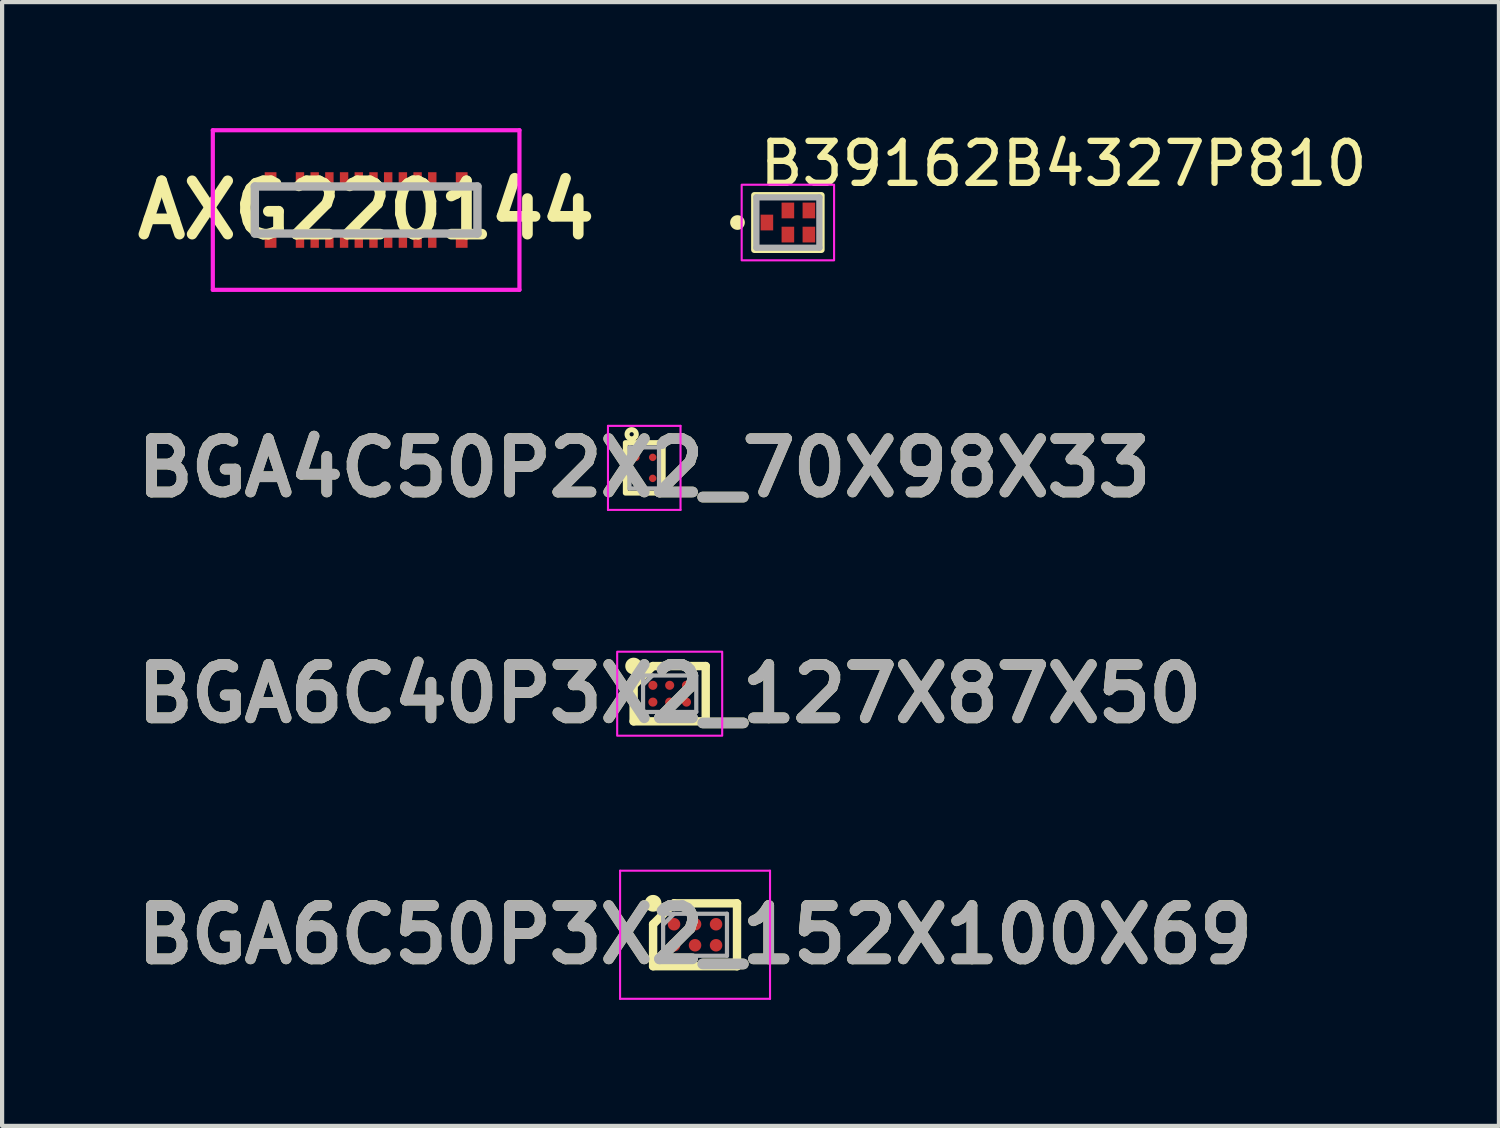
<source format=kicad_pcb>
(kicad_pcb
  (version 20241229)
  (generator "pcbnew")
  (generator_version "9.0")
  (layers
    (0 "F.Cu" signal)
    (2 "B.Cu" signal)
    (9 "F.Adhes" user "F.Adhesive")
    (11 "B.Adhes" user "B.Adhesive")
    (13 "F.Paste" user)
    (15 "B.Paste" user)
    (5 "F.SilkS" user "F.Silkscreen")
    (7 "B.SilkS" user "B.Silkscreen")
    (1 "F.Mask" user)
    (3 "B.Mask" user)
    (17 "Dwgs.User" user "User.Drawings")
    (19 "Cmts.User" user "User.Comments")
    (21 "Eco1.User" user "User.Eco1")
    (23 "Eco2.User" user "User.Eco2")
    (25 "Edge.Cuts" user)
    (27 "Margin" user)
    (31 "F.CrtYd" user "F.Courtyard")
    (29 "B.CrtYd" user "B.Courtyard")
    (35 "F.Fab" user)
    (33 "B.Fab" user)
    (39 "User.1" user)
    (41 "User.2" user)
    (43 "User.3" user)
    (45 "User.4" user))
  (footprint "BGA6C40P3X2_127X87X50"
    (layer "F.Cu")
    (at 12.894 13.466)
    (property "Reference" "BGA6C40P3X2_127X87X50" (at 0 0 0) (layer "F.SilkS") (effects (font (size 1.27 1.27) (thickness 0.254))))
    (attr smd)
    (fp_line (start -0.858 -0.2) (end -0.4 -0.658) (stroke (width 0.2) (type solid)) (layer "F.SilkS"))
    (fp_line (start -0.858 0.658) (end -0.858 -0.2) (stroke (width 0.2) (type solid)) (layer "F.SilkS"))
    (fp_line (start -0.4 -0.658) (end 0.858 -0.658) (stroke (width 0.2) (type solid)) (layer "F.SilkS"))
    (fp_line (start 0.858 -0.658) (end 0.858 0.658) (stroke (width 0.2) (type solid)) (layer "F.SilkS"))
    (fp_line (start 0.858 0.658) (end -0.858 0.658) (stroke (width 0.2) (type solid)) (layer "F.SilkS"))
    (fp_circle (center -0.858 -0.658) (end -0.858 -0.558) (stroke (width 0.2) (type solid)) (fill no) (layer "F.SilkS"))
    (fp_rect (start -1.25 -1) (end 1.25 1) (stroke (width 0.05) (type default)) (fill no) (layer "F.CrtYd"))
    (fp_line (start -0.634 -0.434) (end 0.633 -0.434) (stroke (width 0.1) (type solid)) (layer "F.Fab"))
    (fp_line (start -0.634 -0.211) (end -0.411 -0.434) (stroke (width 0.1) (type solid)) (layer "F.Fab"))
    (fp_line (start -0.634 0.434) (end -0.634 -0.434) (stroke (width 0.1) (type solid)) (layer "F.Fab"))
    (fp_line (start 0.633 -0.434) (end 0.633 0.434) (stroke (width 0.1) (type solid)) (layer "F.Fab"))
    (fp_line (start 0.633 0.434) (end -0.634 0.434) (stroke (width 0.1) (type solid)) (layer "F.Fab"))
    (fp_text user "${REFERENCE}" (at 0 0 0) (layer "F.Fab") (effects (font (size 1.27 1.27) (thickness 0.254))))
    (pad "A1" smd circle (at -0.4 -0.2 90) (size 0.216 0.216) (layers "F.Cu" "F.Mask" "F.Paste"))
    (pad "A2" smd circle (at 0 -0.2 90) (size 0.216 0.216) (layers "F.Cu" "F.Mask" "F.Paste"))
    (pad "A3" smd circle (at 0.4 -0.2 90) (size 0.216 0.216) (layers "F.Cu" "F.Mask" "F.Paste"))
    (pad "B1" smd circle (at -0.4 0.2 90) (size 0.216 0.216) (layers "F.Cu" "F.Mask" "F.Paste"))
    (pad "B2" smd circle (at 0 0.2 90) (size 0.216 0.216) (layers "F.Cu" "F.Mask" "F.Paste"))
    (pad "B3" smd circle (at 0.4 0.2 90) (size 0.216 0.216) (layers "F.Cu" "F.Mask" "F.Paste")))
  (footprint "B39162B4327P810"
    (layer "F.Cu")
    (at 15.708 2.248)
    (property "Reference" "B39162B4327P810" (at -0.75 -1.4 0) (layer "F.SilkS") (effects (font (size 1 1) (thickness 0.15)) (justify left)))
    (attr through_hole)
    (fp_rect (start -0.8 -0.65) (end 0.8 0.65) (stroke (width 0.15) (type solid)) (fill no) (layer "F.SilkS"))
    (fp_circle (center -1.2 0) (end -1.075 0) (stroke (width 0.1) (type solid)) (fill yes) (layer "F.SilkS"))
    (fp_rect (start 1.1 -0.9) (end -1.1 0.9) (stroke (width 0.05) (type default)) (fill no) (layer "F.CrtYd"))
    (fp_line (start -0.75 -0.6) (end 0.75 -0.6) (stroke (width 0.15) (type solid)) (layer "F.Fab"))
    (fp_line (start -0.75 0.6) (end -0.75 -0.6) (stroke (width 0.15) (type solid)) (layer "F.Fab"))
    (fp_line (start 0.75 -0.6) (end 0.75 0.6) (stroke (width 0.15) (type solid)) (layer "F.Fab"))
    (fp_line (start 0.75 0.6) (end -0.75 0.6) (stroke (width 0.15) (type solid)) (layer "F.Fab"))
    (pad "1" smd rect (at -0.5 0) (size 0.3 0.375) (layers "F.Cu" "F.Mask" "F.Paste"))
    (pad "2" smd rect (at 0 0.287) (size 0.3 0.375) (layers "F.Cu" "F.Mask" "F.Paste"))
    (pad "3" smd rect (at 0.5 0.287) (size 0.3 0.375) (layers "F.Cu" "F.Mask" "F.Paste"))
    (pad "4" smd rect (at 0.5 -0.287) (size 0.3 0.375) (layers "F.Cu" "F.Mask" "F.Paste"))
    (pad "5" smd rect (at 0 -0.287) (size 0.3 0.375) (layers "F.Cu" "F.Mask" "F.Paste")))
  (footprint "AXG220144"
    (layer "F.Cu")
    (at 5.667 1.95)
    (property "Reference" "AXG220144" (at 0 0 0) (layer "F.SilkS") (effects (font (size 1.27 1.27) (thickness 0.254))))
    (attr smd)
    (fp_line (start -2.65 -0.56) (end -2.65 0.56) (stroke (width 0.1) (type solid)) (layer "F.SilkS"))
    (fp_line (start 2.65 -0.56) (end 2.65 0.56) (stroke (width 0.1) (type solid)) (layer "F.SilkS"))
    (fp_line (start -3.65 -1.9) (end 3.65 -1.9) (stroke (width 0.1) (type solid)) (layer "F.CrtYd"))
    (fp_line (start -3.65 1.9) (end -3.65 -1.9) (stroke (width 0.1) (type solid)) (layer "F.CrtYd"))
    (fp_line (start 3.65 -1.9) (end 3.65 1.9) (stroke (width 0.1) (type solid)) (layer "F.CrtYd"))
    (fp_line (start 3.65 1.9) (end -3.65 1.9) (stroke (width 0.1) (type solid)) (layer "F.CrtYd"))
    (fp_line (start -2.65 -0.56) (end 2.65 -0.56) (stroke (width 0.2) (type solid)) (layer "F.Fab"))
    (fp_line (start -2.65 0.56) (end -2.65 -0.56) (stroke (width 0.2) (type solid)) (layer "F.Fab"))
    (fp_line (start 2.65 -0.56) (end 2.65 0.56) (stroke (width 0.2) (type solid)) (layer "F.Fab"))
    (fp_line (start 2.65 0.56) (end -2.65 0.56) (stroke (width 0.2) (type solid)) (layer "F.Fab"))
    (pad "1" smd rect (at -1.575 0.7) (size 0.2 0.4) (layers "F.Cu" "F.Mask" "F.Paste"))
    (pad "2" smd rect (at -1.575 -0.7) (size 0.2 0.4) (layers "F.Cu" "F.Mask" "F.Paste"))
    (pad "3" smd rect (at -1.225 0.7) (size 0.2 0.4) (layers "F.Cu" "F.Mask" "F.Paste"))
    (pad "4" smd rect (at -1.225 -0.7) (size 0.2 0.4) (layers "F.Cu" "F.Mask" "F.Paste"))
    (pad "5" smd rect (at -0.875 0.7) (size 0.2 0.4) (layers "F.Cu" "F.Mask" "F.Paste"))
    (pad "6" smd rect (at -0.875 -0.7) (size 0.2 0.4) (layers "F.Cu" "F.Mask" "F.Paste"))
    (pad "7" smd rect (at -0.525 0.7) (size 0.2 0.4) (layers "F.Cu" "F.Mask" "F.Paste"))
    (pad "8" smd rect (at -0.525 -0.7) (size 0.2 0.4) (layers "F.Cu" "F.Mask" "F.Paste"))
    (pad "9" smd rect (at -0.175 0.7) (size 0.2 0.4) (layers "F.Cu" "F.Mask" "F.Paste"))
    (pad "10" smd rect (at -0.175 -0.7) (size 0.2 0.4) (layers "F.Cu" "F.Mask" "F.Paste"))
    (pad "11" smd rect (at 0.175 0.7) (size 0.2 0.4) (layers "F.Cu" "F.Mask" "F.Paste"))
    (pad "12" smd rect (at 0.175 -0.7) (size 0.2 0.4) (layers "F.Cu" "F.Mask" "F.Paste"))
    (pad "13" smd rect (at 0.525 0.7) (size 0.2 0.4) (layers "F.Cu" "F.Mask" "F.Paste"))
    (pad "14" smd rect (at 0.525 -0.7) (size 0.2 0.4) (layers "F.Cu" "F.Mask" "F.Paste"))
    (pad "15" smd rect (at 0.875 0.7) (size 0.2 0.4) (layers "F.Cu" "F.Mask" "F.Paste"))
    (pad "16" smd rect (at 0.875 -0.7) (size 0.2 0.4) (layers "F.Cu" "F.Mask" "F.Paste"))
    (pad "17" smd rect (at 1.225 0.7) (size 0.2 0.4) (layers "F.Cu" "F.Mask" "F.Paste"))
    (pad "18" smd rect (at 1.225 -0.7) (size 0.2 0.4) (layers "F.Cu" "F.Mask" "F.Paste"))
    (pad "19" smd rect (at 1.575 0.7) (size 0.2 0.4) (layers "F.Cu" "F.Mask" "F.Paste"))
    (pad "20" smd rect (at 1.575 -0.7) (size 0.2 0.4) (layers "F.Cu" "F.Mask" "F.Paste"))
    (pad "MP1" smd rect (at -2.275 -0.7) (size 0.28 0.4) (layers "F.Cu" "F.Mask" "F.Paste"))
    (pad "MP2" smd rect (at -2.275 0.7) (size 0.28 0.4) (layers "F.Cu" "F.Mask" "F.Paste"))
    (pad "MP3" smd rect (at 2.275 0.7) (size 0.28 0.4) (layers "F.Cu" "F.Mask" "F.Paste"))
    (pad "MP4" smd rect (at 2.275 -0.7) (size 0.28 0.4) (layers "F.Cu" "F.Mask" "F.Paste")))
  (footprint "BGA6C50P3X2_152X100X69"
    (layer "F.Cu")
    (at 13.498 19.205)
    (property "Reference" "BGA6C50P3X2_152X100X69" (at 0 0 0) (layer "F.SilkS") (effects (font (size 1.27 1.27) (thickness 0.254))))
    (attr smd)
    (fp_line (start -0.999 -0.25) (end -0.5 -0.749) (stroke (width 0.2) (type solid)) (layer "F.SilkS"))
    (fp_line (start -0.999 0.749) (end -0.999 -0.25) (stroke (width 0.2) (type solid)) (layer "F.SilkS"))
    (fp_line (start -0.5 -0.749) (end 0.999 -0.749) (stroke (width 0.2) (type solid)) (layer "F.SilkS"))
    (fp_line (start 0.999 -0.749) (end 0.999 0.749) (stroke (width 0.2) (type solid)) (layer "F.SilkS"))
    (fp_line (start 0.999 0.749) (end -0.999 0.749) (stroke (width 0.2) (type solid)) (layer "F.SilkS"))
    (fp_circle (center -0.999 -0.749) (end -0.999 -0.649) (stroke (width 0.2) (type solid)) (fill no) (layer "F.SilkS"))
    (fp_line (start -1.785 -1.525) (end 1.785 -1.525) (stroke (width 0.05) (type solid)) (layer "F.CrtYd"))
    (fp_line (start -1.785 1.525) (end -1.785 -1.525) (stroke (width 0.05) (type solid)) (layer "F.CrtYd"))
    (fp_line (start 1.785 -1.525) (end 1.785 1.525) (stroke (width 0.05) (type solid)) (layer "F.CrtYd"))
    (fp_line (start 1.785 1.525) (end -1.785 1.525) (stroke (width 0.05) (type solid)) (layer "F.CrtYd"))
    (fp_line (start -0.76 -0.5) (end 0.76 -0.5) (stroke (width 0.1) (type solid)) (layer "F.Fab"))
    (fp_line (start -0.76 -0.238) (end -0.498 -0.5) (stroke (width 0.1) (type solid)) (layer "F.Fab"))
    (fp_line (start -0.76 0.5) (end -0.76 -0.5) (stroke (width 0.1) (type solid)) (layer "F.Fab"))
    (fp_line (start 0.76 -0.5) (end 0.76 0.5) (stroke (width 0.1) (type solid)) (layer "F.Fab"))
    (fp_line (start 0.76 0.5) (end -0.76 0.5) (stroke (width 0.1) (type solid)) (layer "F.Fab"))
    (fp_text user "${REFERENCE}" (at 0 0 0) (layer "F.Fab") (effects (font (size 1.27 1.27) (thickness 0.254))))
    (pad "A1" smd circle (at -0.5 -0.25 90) (size 0.298 0.298) (layers "F.Cu" "F.Mask" "F.Paste"))
    (pad "A2" smd circle (at 0 -0.25 90) (size 0.298 0.298) (layers "F.Cu" "F.Mask" "F.Paste"))
    (pad "A3" smd circle (at 0.5 -0.25 90) (size 0.298 0.298) (layers "F.Cu" "F.Mask" "F.Paste"))
    (pad "B1" smd circle (at -0.5 0.25 90) (size 0.298 0.298) (layers "F.Cu" "F.Mask" "F.Paste"))
    (pad "B2" smd circle (at 0 0.25 90) (size 0.298 0.298) (layers "F.Cu" "F.Mask" "F.Paste"))
    (pad "B3" smd circle (at 0.5 0.25 90) (size 0.298 0.298) (layers "F.Cu" "F.Mask" "F.Paste")))
  (footprint "BGA4C50P2X2_70X98X33"
    (layer "F.Cu")
    (at 12.289 8.089)
    (property "Reference" "BGA4C50P2X2_70X98X33" (at 0 0 0) (layer "F.SilkS") (effects (font (size 1.27 1.27) (thickness 0.254))))
    (attr smd)
    (fp_rect (start -0.45 -0.6) (end 0.45 0.6) (stroke (width 0.12) (type default)) (fill no) (layer "F.SilkS"))
    (fp_circle (center -0.3 -0.8) (end -0.35 -0.8) (stroke (width 0.12) (type default)) (fill no) (layer "F.SilkS"))
    (fp_line (start -0.864 -1) (end 0.863 -1) (stroke (width 0.05) (type solid)) (layer "F.CrtYd"))
    (fp_line (start -0.864 1.001) (end -0.864 -1) (stroke (width 0.05) (type solid)) (layer "F.CrtYd"))
    (fp_line (start 0.863 -1) (end 0.863 1.001) (stroke (width 0.05) (type solid)) (layer "F.CrtYd"))
    (fp_line (start 0.863 1.001) (end -0.864 1.001) (stroke (width 0.05) (type solid)) (layer "F.CrtYd"))
    (fp_line (start -0.352 -0.488) (end 0.351 -0.488) (stroke (width 0.1) (type solid)) (layer "F.Fab"))
    (fp_line (start -0.352 -0.238) (end -0.102 -0.488) (stroke (width 0.1) (type solid)) (layer "F.Fab"))
    (fp_line (start -0.352 0.489) (end -0.352 -0.488) (stroke (width 0.1) (type solid)) (layer "F.Fab"))
    (fp_line (start 0.351 -0.488) (end 0.351 0.489) (stroke (width 0.1) (type solid)) (layer "F.Fab"))
    (fp_line (start 0.351 0.489) (end -0.352 0.489) (stroke (width 0.1) (type solid)) (layer "F.Fab"))
    (fp_text user "${REFERENCE}" (at 0 0 0) (layer "F.Fab") (effects (font (size 1.27 1.27) (thickness 0.254))))
    (pad "A1" smd circle (at -0.2 -0.25 90) (size 0.177 0.177) (layers "F.Cu" "F.Mask" "F.Paste"))
    (pad "A2" smd circle (at 0.2 -0.25 90) (size 0.177 0.177) (layers "F.Cu" "F.Mask" "F.Paste"))
    (pad "B1" smd circle (at -0.2 0.25 90) (size 0.177 0.177) (layers "F.Cu" "F.Mask" "F.Paste"))
    (pad "B2" smd circle (at 0.2 0.25 90) (size 0.177 0.177) (layers "F.Cu" "F.Mask" "F.Paste")))
  (gr_rect
    (start -3 -3)
    (end 32.637 23.755)
    (stroke (width 0.1) (type default))
    (fill no)
    (layer "Edge.Cuts")))
</source>
